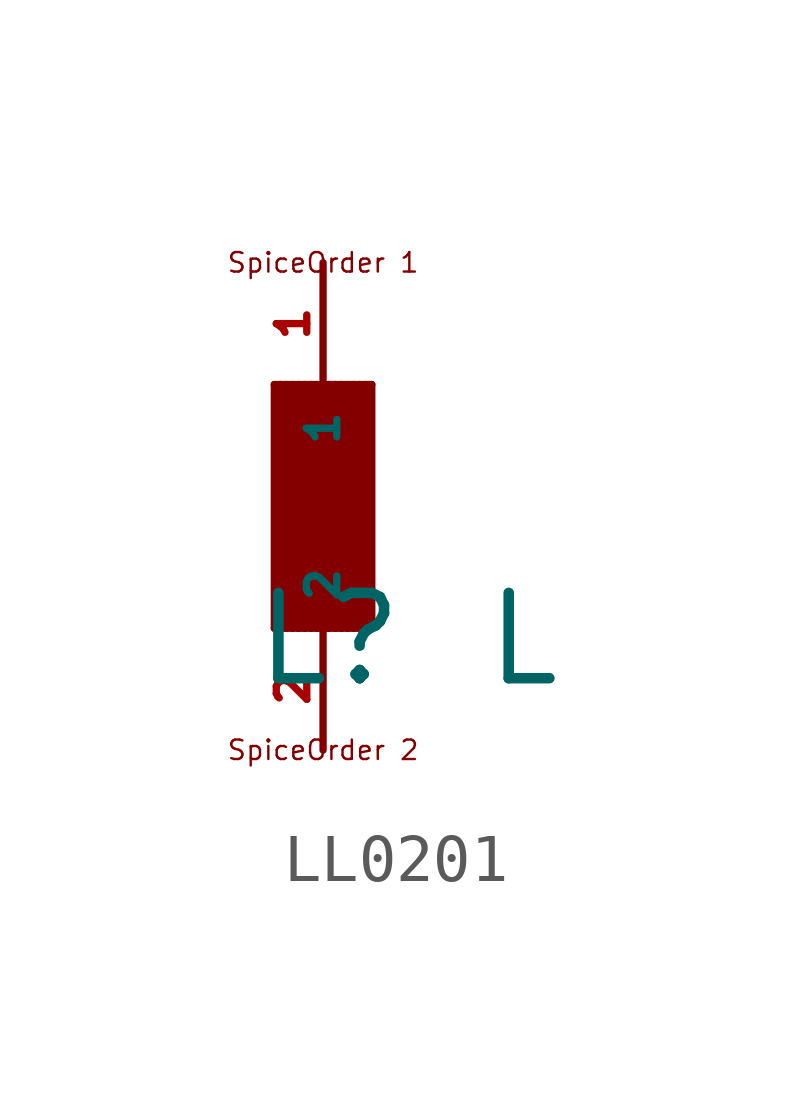
<source format=kicad_sym>
(kicad_symbol_lib
  (version 20220914)
  (generator Eagle2Kicad)
  (symbol "LL0201"
    (property "Reference" "L"
      (at -1.499 -3.81 0)
      (effects (font (size 1.778 1.778) (thickness 0.22)) (justify left bottom)))
    (property "Value" "L"
      (at 3.302 -3.81 0)
      (effects (font (size 1.778 1.778) (thickness 0.22)) (justify left bottom)))
    (polyline
      (pts (xy -1.016 2.54) (xy -0.889 2.54))
      (stroke (width 0.152) (type default))
      (fill (type none)))
    (polyline
      (pts (xy -0.889 2.54) (xy -0.762 2.54))
      (stroke (width 0.152) (type default))
      (fill (type none)))
    (polyline
      (pts (xy -0.762 2.54) (xy -0.635 2.54))
      (stroke (width 0.152) (type default))
      (fill (type none)))
    (polyline
      (pts (xy -0.635 2.54) (xy -0.508 2.54))
      (stroke (width 0.152) (type default))
      (fill (type none)))
    (polyline
      (pts (xy -0.508 2.54) (xy -0.381 2.54))
      (stroke (width 0.152) (type default))
      (fill (type none)))
    (polyline
      (pts (xy -0.381 2.54) (xy -0.254 2.54))
      (stroke (width 0.152) (type default))
      (fill (type none)))
    (polyline
      (pts (xy -0.254 2.54) (xy -0.127 2.54))
      (stroke (width 0.152) (type default))
      (fill (type none)))
    (polyline
      (pts (xy -0.127 2.54) (xy 0 2.54))
      (stroke (width 0.152) (type default))
      (fill (type none)))
    (polyline
      (pts (xy 0 2.54) (xy 0.127 2.54))
      (stroke (width 0.152) (type default))
      (fill (type none)))
    (polyline
      (pts (xy 0.127 2.54) (xy 0.254 2.54))
      (stroke (width 0.152) (type default))
      (fill (type none)))
    (polyline
      (pts (xy 0.254 2.54) (xy 0.381 2.54))
      (stroke (width 0.152) (type default))
      (fill (type none)))
    (polyline
      (pts (xy 0.381 2.54) (xy 0.508 2.54))
      (stroke (width 0.152) (type default))
      (fill (type none)))
    (polyline
      (pts (xy 0.508 2.54) (xy 0.635 2.54))
      (stroke (width 0.152) (type default))
      (fill (type none)))
    (polyline
      (pts (xy 0.635 2.54) (xy 0.762 2.54))
      (stroke (width 0.152) (type default))
      (fill (type none)))
    (polyline
      (pts (xy 0.762 2.54) (xy 0.889 2.54))
      (stroke (width 0.152) (type default))
      (fill (type none)))
    (polyline
      (pts (xy 0.889 2.54) (xy 1.016 2.54))
      (stroke (width 0.152) (type default))
      (fill (type none)))
    (polyline
      (pts (xy 1.016 2.54) (xy 1.016 -2.54))
      (stroke (width 0.152) (type default))
      (fill (type none)))
    (polyline
      (pts (xy 1.016 -2.54) (xy 0.889 -2.54))
      (stroke (width 0.152) (type default))
      (fill (type none)))
    (polyline
      (pts (xy 0.889 -2.54) (xy 0.762 -2.54))
      (stroke (width 0.152) (type default))
      (fill (type none)))
    (polyline
      (pts (xy 0.762 -2.54) (xy 0.635 -2.54))
      (stroke (width 0.152) (type default))
      (fill (type none)))
    (polyline
      (pts (xy 0.635 -2.54) (xy 0.508 -2.54))
      (stroke (width 0.152) (type default))
      (fill (type none)))
    (polyline
      (pts (xy 0.508 -2.54) (xy 0.381 -2.54))
      (stroke (width 0.152) (type default))
      (fill (type none)))
    (polyline
      (pts (xy 0.381 -2.54) (xy 0.254 -2.54))
      (stroke (width 0.152) (type default))
      (fill (type none)))
    (polyline
      (pts (xy 0.254 -2.54) (xy 0.127 -2.54))
      (stroke (width 0.152) (type default))
      (fill (type none)))
    (polyline
      (pts (xy 0.127 -2.54) (xy 0 -2.54))
      (stroke (width 0.152) (type default))
      (fill (type none)))
    (polyline
      (pts (xy 0 -2.54) (xy -0.127 -2.54))
      (stroke (width 0.152) (type default))
      (fill (type none)))
    (polyline
      (pts (xy -0.127 -2.54) (xy -0.254 -2.54))
      (stroke (width 0.152) (type default))
      (fill (type none)))
    (polyline
      (pts (xy -0.254 -2.54) (xy -0.381 -2.54))
      (stroke (width 0.152) (type default))
      (fill (type none)))
    (polyline
      (pts (xy -0.381 -2.54) (xy -0.508 -2.54))
      (stroke (width 0.152) (type default))
      (fill (type none)))
    (polyline
      (pts (xy -0.508 -2.54) (xy -0.635 -2.54))
      (stroke (width 0.152) (type default))
      (fill (type none)))
    (polyline
      (pts (xy -0.635 -2.54) (xy -0.762 -2.54))
      (stroke (width 0.152) (type default))
      (fill (type none)))
    (polyline
      (pts (xy -0.762 -2.54) (xy -0.889 -2.54))
      (stroke (width 0.152) (type default))
      (fill (type none)))
    (polyline
      (pts (xy -0.889 -2.54) (xy -1.016 -2.54))
      (stroke (width 0.152) (type default))
      (fill (type none)))
    (polyline
      (pts (xy 0.889 2.54) (xy 0.889 -2.54))
      (stroke (width 0.152) (type default))
      (fill (type none)))
    (polyline
      (pts (xy 0.762 2.54) (xy 0.762 -2.54))
      (stroke (width 0.152) (type default))
      (fill (type none)))
    (polyline
      (pts (xy 0.635 2.54) (xy 0.635 -2.54))
      (stroke (width 0.152) (type default))
      (fill (type none)))
    (polyline
      (pts (xy 0.508 2.54) (xy 0.508 -2.54))
      (stroke (width 0.152) (type default))
      (fill (type none)))
    (polyline
      (pts (xy 0.381 2.54) (xy 0.381 -2.54))
      (stroke (width 0.152) (type default))
      (fill (type none)))
    (polyline
      (pts (xy 0.254 2.54) (xy 0.254 -2.54))
      (stroke (width 0.152) (type default))
      (fill (type none)))
    (polyline
      (pts (xy 0.127 2.54) (xy 0.127 -2.54))
      (stroke (width 0.152) (type default))
      (fill (type none)))
    (polyline
      (pts (xy 0 2.54) (xy 0 -2.54))
      (stroke (width 0.152) (type default))
      (fill (type none)))
    (polyline
      (pts (xy -0.127 2.54) (xy -0.127 -2.54))
      (stroke (width 0.152) (type default))
      (fill (type none)))
    (polyline
      (pts (xy -0.254 2.54) (xy -0.254 -2.54))
      (stroke (width 0.152) (type default))
      (fill (type none)))
    (polyline
      (pts (xy -0.381 2.54) (xy -0.381 -2.54))
      (stroke (width 0.152) (type default))
      (fill (type none)))
    (polyline
      (pts (xy -0.508 2.54) (xy -0.508 -2.54))
      (stroke (width 0.152) (type default))
      (fill (type none)))
    (polyline
      (pts (xy -0.635 2.54) (xy -0.635 -2.54))
      (stroke (width 0.152) (type default))
      (fill (type none)))
    (polyline
      (pts (xy -0.762 2.54) (xy -0.762 -2.54))
      (stroke (width 0.152) (type default))
      (fill (type none)))
    (polyline
      (pts (xy -0.889 2.54) (xy -0.889 -2.54))
      (stroke (width 0.152) (type default))
      (fill (type none)))
    (polyline
      (pts (xy -1.016 2.54) (xy -1.016 -2.54))
      (stroke (width 0.152) (type default))
      (fill (type none)))
    (text "SpiceOrder 1"
      (at 0 5.08 0)
      (effects (font (size 0.406 0.406) (thickness 0.05))))
    (text "SpiceOrder 2"
      (at 0 -5.08 0)
      (effects (font (size 0.406 0.406) (thickness 0.05))))
    (pin passive line
      (at 0 5.08 270)
      (length 2.54)
      (name "1" (effects (font (size 0.635 0.635) (thickness 0.08)) (justify left bottom)))
      (number "1" (effects (font (size 0.635 0.635) (thickness 0.08)) (justify left bottom))))
    (pin passive line
      (at 0 -5.08 90)
      (length 2.54)
      (name "2" (effects (font (size 0.635 0.635) (thickness 0.08)) (justify left bottom)))
      (number "2" (effects (font (size 0.635 0.635) (thickness 0.08)) (justify left bottom))))))
</source>
